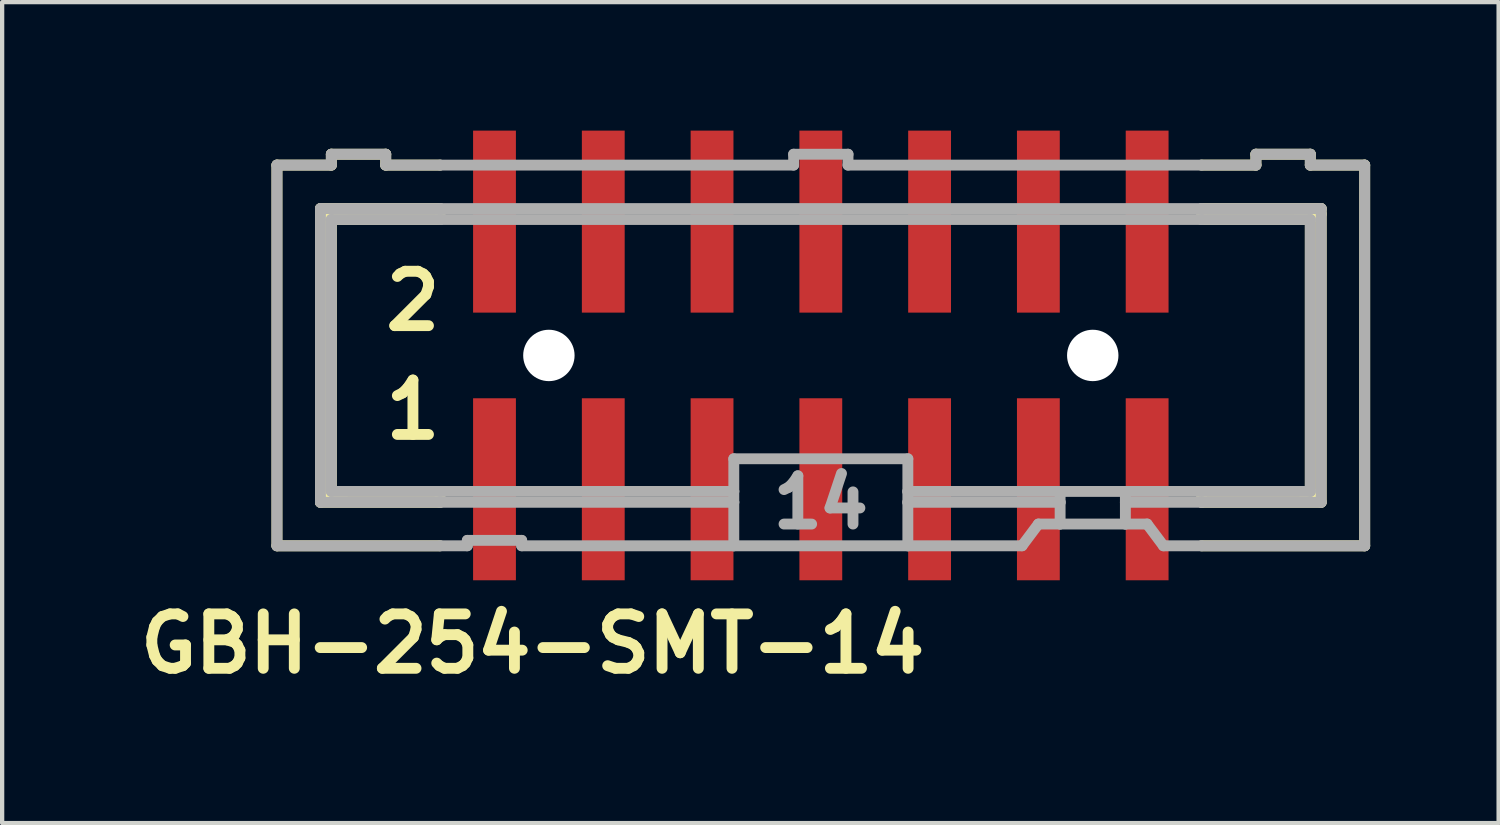
<source format=kicad_pcb>
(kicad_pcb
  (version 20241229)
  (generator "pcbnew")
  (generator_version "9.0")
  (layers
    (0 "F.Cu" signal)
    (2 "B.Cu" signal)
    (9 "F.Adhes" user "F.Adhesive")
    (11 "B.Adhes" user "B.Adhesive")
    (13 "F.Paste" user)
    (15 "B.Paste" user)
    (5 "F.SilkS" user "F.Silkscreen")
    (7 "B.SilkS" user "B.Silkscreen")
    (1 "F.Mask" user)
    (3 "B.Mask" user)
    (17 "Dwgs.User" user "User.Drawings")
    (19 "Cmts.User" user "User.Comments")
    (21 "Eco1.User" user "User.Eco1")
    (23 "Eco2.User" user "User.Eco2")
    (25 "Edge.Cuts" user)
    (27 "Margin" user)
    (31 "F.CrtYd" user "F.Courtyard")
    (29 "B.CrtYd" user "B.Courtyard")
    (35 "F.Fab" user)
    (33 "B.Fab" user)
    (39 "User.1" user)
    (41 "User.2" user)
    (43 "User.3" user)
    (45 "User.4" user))
  (footprint "GBH-254-SMT-14"
    (layer "F.Cu")
    (at 16.117 5.25)
    (property "Reference" "GBH-254-SMT-14" (at -6.731 6.731 0) (layer "F.SilkS") (effects (font (size 1.27 1.27) (thickness 0.254))))
    (attr smd)
    (fp_line (start -12.7 -4.445) (end -12.7 4.445) (stroke (width 0.254) (type solid)) (layer "F.SilkS"))
    (fp_line (start -12.7 -4.445) (end -11.43 -4.445) (stroke (width 0.254) (type solid)) (layer "F.SilkS"))
    (fp_line (start -11.684 -3.429) (end -11.684 3.429) (stroke (width 0.254) (type solid)) (layer "F.SilkS"))
    (fp_line (start -11.684 3.429) (end -8.89 3.429) (stroke (width 0.254) (type solid)) (layer "F.SilkS"))
    (fp_line (start -11.43 -4.699) (end -11.43 -4.445) (stroke (width 0.254) (type solid)) (layer "F.SilkS"))
    (fp_line (start -11.43 -3.175) (end -11.43 3.175) (stroke (width 0.254) (type solid)) (layer "F.SilkS"))
    (fp_line (start -11.43 -3.175) (end -8.89 -3.175) (stroke (width 0.254) (type solid)) (layer "F.SilkS"))
    (fp_line (start -11.176 -3.302) (end -11.557 -3.302) (stroke (width 0.254) (type solid)) (layer "F.SilkS"))
    (fp_line (start -11.176 3.302) (end -11.557 3.302) (stroke (width 0.254) (type solid)) (layer "F.SilkS"))
    (fp_line (start -10.16 -4.699) (end -11.43 -4.699) (stroke (width 0.254) (type solid)) (layer "F.SilkS"))
    (fp_line (start -10.16 -4.699) (end -10.16 -4.445) (stroke (width 0.254) (type solid)) (layer "F.SilkS"))
    (fp_line (start -10.16 -4.445) (end -8.89 -4.445) (stroke (width 0.254) (type solid)) (layer "F.SilkS"))
    (fp_line (start -8.89 -3.429) (end -11.684 -3.429) (stroke (width 0.254) (type solid)) (layer "F.SilkS"))
    (fp_line (start -8.89 -3.175) (end -8.89 -3.429) (stroke (width 0.254) (type solid)) (layer "F.SilkS"))
    (fp_line (start -8.89 3.175) (end -11.43 3.175) (stroke (width 0.254) (type solid)) (layer "F.SilkS"))
    (fp_line (start -8.89 3.429) (end -8.89 3.175) (stroke (width 0.254) (type solid)) (layer "F.SilkS"))
    (fp_line (start -8.89 4.445) (end -12.7 4.445) (stroke (width 0.254) (type solid)) (layer "F.SilkS"))
    (fp_line (start 8.89 -4.445) (end 10.16 -4.445) (stroke (width 0.254) (type solid)) (layer "F.SilkS"))
    (fp_line (start 8.89 -3.175) (end 8.89 -3.429) (stroke (width 0.254) (type solid)) (layer "F.SilkS"))
    (fp_line (start 8.89 -3.175) (end 11.43 -3.175) (stroke (width 0.254) (type solid)) (layer "F.SilkS"))
    (fp_line (start 8.89 3.429) (end 8.89 3.175) (stroke (width 0.254) (type solid)) (layer "F.SilkS"))
    (fp_line (start 8.89 3.429) (end 11.684 3.429) (stroke (width 0.254) (type solid)) (layer "F.SilkS"))
    (fp_line (start 10.16 -4.445) (end 10.16 -4.699) (stroke (width 0.254) (type solid)) (layer "F.SilkS"))
    (fp_line (start 11.176 -3.302) (end 11.684 -3.302) (stroke (width 0.254) (type solid)) (layer "F.SilkS"))
    (fp_line (start 11.303 3.302) (end 11.557 3.302) (stroke (width 0.254) (type solid)) (layer "F.SilkS"))
    (fp_line (start 11.43 -4.699) (end 10.16 -4.699) (stroke (width 0.254) (type solid)) (layer "F.SilkS"))
    (fp_line (start 11.43 -4.445) (end 11.43 -4.699) (stroke (width 0.254) (type solid)) (layer "F.SilkS"))
    (fp_line (start 11.43 -4.445) (end 12.7 -4.445) (stroke (width 0.254) (type solid)) (layer "F.SilkS"))
    (fp_line (start 11.43 3.175) (end 8.89 3.175) (stroke (width 0.254) (type solid)) (layer "F.SilkS"))
    (fp_line (start 11.43 3.175) (end 11.43 -3.175) (stroke (width 0.254) (type solid)) (layer "F.SilkS"))
    (fp_line (start 11.684 -3.429) (end 8.89 -3.429) (stroke (width 0.254) (type solid)) (layer "F.SilkS"))
    (fp_line (start 11.684 3.429) (end 11.684 -3.429) (stroke (width 0.254) (type solid)) (layer "F.SilkS"))
    (fp_line (start 12.7 4.445) (end 8.89 4.445) (stroke (width 0.254) (type solid)) (layer "F.SilkS"))
    (fp_line (start 12.7 4.445) (end 12.7 -4.445) (stroke (width 0.254) (type solid)) (layer "F.SilkS"))
    (fp_line (start -12.7 -4.445) (end -12.7 4.445) (stroke (width 0.254) (type solid)) (layer "F.Fab"))
    (fp_line (start -12.7 -4.445) (end -11.43 -4.445) (stroke (width 0.254) (type solid)) (layer "F.Fab"))
    (fp_line (start -11.684 -3.429) (end -11.684 3.429) (stroke (width 0.254) (type solid)) (layer "F.Fab"))
    (fp_line (start -11.684 3.429) (end -8.89 3.429) (stroke (width 0.254) (type solid)) (layer "F.Fab"))
    (fp_line (start -11.43 -4.699) (end -11.43 -4.445) (stroke (width 0.254) (type solid)) (layer "F.Fab"))
    (fp_line (start -11.43 -3.175) (end -11.43 3.175) (stroke (width 0.254) (type solid)) (layer "F.Fab"))
    (fp_line (start -11.43 -3.175) (end -8.89 -3.175) (stroke (width 0.254) (type solid)) (layer "F.Fab"))
    (fp_line (start -10.16 -4.699) (end -11.43 -4.699) (stroke (width 0.254) (type solid)) (layer "F.Fab"))
    (fp_line (start -10.16 -4.699) (end -10.16 -4.445) (stroke (width 0.254) (type solid)) (layer "F.Fab"))
    (fp_line (start -10.16 -4.445) (end -8.89 -4.445) (stroke (width 0.254) (type solid)) (layer "F.Fab"))
    (fp_line (start -8.89 -4.445) (end -0.635 -4.445) (stroke (width 0.254) (type solid)) (layer "F.Fab"))
    (fp_line (start -8.89 -3.429) (end -11.684 -3.429) (stroke (width 0.254) (type solid)) (layer "F.Fab"))
    (fp_line (start -8.89 -3.175) (end 8.89 -3.175) (stroke (width 0.254) (type solid)) (layer "F.Fab"))
    (fp_line (start -8.89 3.175) (end -11.43 3.175) (stroke (width 0.254) (type solid)) (layer "F.Fab"))
    (fp_line (start -8.89 3.429) (end -2.032 3.429) (stroke (width 0.254) (type solid)) (layer "F.Fab"))
    (fp_line (start -8.89 4.445) (end -12.7 4.445) (stroke (width 0.254) (type solid)) (layer "F.Fab"))
    (fp_line (start -8.255 4.445) (end -8.89 4.445) (stroke (width 0.254) (type solid)) (layer "F.Fab"))
    (fp_line (start -8.255 4.445) (end -8.255 4.318) (stroke (width 0.254) (type solid)) (layer "F.Fab"))
    (fp_line (start -6.985 4.318) (end -8.255 4.318) (stroke (width 0.254) (type solid)) (layer "F.Fab"))
    (fp_line (start -6.985 4.318) (end -6.985 4.445) (stroke (width 0.254) (type solid)) (layer "F.Fab"))
    (fp_line (start -2.032 3.175) (end -8.89 3.175) (stroke (width 0.254) (type solid)) (layer "F.Fab"))
    (fp_line (start -2.032 3.175) (end -2.032 2.413) (stroke (width 0.254) (type solid)) (layer "F.Fab"))
    (fp_line (start -2.032 3.175) (end -2.032 3.429) (stroke (width 0.254) (type solid)) (layer "F.Fab"))
    (fp_line (start -2.032 3.429) (end -2.032 4.445) (stroke (width 0.254) (type solid)) (layer "F.Fab"))
    (fp_line (start -2.032 4.445) (end -6.985 4.445) (stroke (width 0.254) (type solid)) (layer "F.Fab"))
    (fp_line (start -0.635 -4.699) (end -0.635 -4.445) (stroke (width 0.254) (type solid)) (layer "F.Fab"))
    (fp_line (start 0.635 -4.699) (end -0.635 -4.699) (stroke (width 0.254) (type solid)) (layer "F.Fab"))
    (fp_line (start 0.635 -4.699) (end 0.635 -4.445) (stroke (width 0.254) (type solid)) (layer "F.Fab"))
    (fp_line (start 0.635 -4.445) (end 8.89 -4.445) (stroke (width 0.254) (type solid)) (layer "F.Fab"))
    (fp_line (start 2.032 2.413) (end -2.032 2.413) (stroke (width 0.254) (type solid)) (layer "F.Fab"))
    (fp_line (start 2.032 2.413) (end 2.032 3.175) (stroke (width 0.254) (type solid)) (layer "F.Fab"))
    (fp_line (start 2.032 3.175) (end 2.032 3.429) (stroke (width 0.254) (type solid)) (layer "F.Fab"))
    (fp_line (start 2.032 3.429) (end 2.032 4.445) (stroke (width 0.254) (type solid)) (layer "F.Fab"))
    (fp_line (start 2.032 4.445) (end -2.032 4.445) (stroke (width 0.254) (type solid)) (layer "F.Fab"))
    (fp_line (start 4.699 4.445) (end 2.032 4.445) (stroke (width 0.254) (type solid)) (layer "F.Fab"))
    (fp_line (start 4.699 4.445) (end 5.08 3.937) (stroke (width 0.254) (type solid)) (layer "F.Fab"))
    (fp_line (start 5.588 3.175) (end 2.032 3.175) (stroke (width 0.254) (type solid)) (layer "F.Fab"))
    (fp_line (start 5.588 3.175) (end 5.588 3.429) (stroke (width 0.254) (type solid)) (layer "F.Fab"))
    (fp_line (start 5.588 3.429) (end 2.032 3.429) (stroke (width 0.254) (type solid)) (layer "F.Fab"))
    (fp_line (start 5.588 3.429) (end 5.588 3.937) (stroke (width 0.254) (type solid)) (layer "F.Fab"))
    (fp_line (start 5.588 3.937) (end 5.08 3.937) (stroke (width 0.254) (type solid)) (layer "F.Fab"))
    (fp_line (start 7.112 3.175) (end 5.588 3.175) (stroke (width 0.254) (type solid)) (layer "F.Fab"))
    (fp_line (start 7.112 3.175) (end 7.112 3.429) (stroke (width 0.254) (type solid)) (layer "F.Fab"))
    (fp_line (start 7.112 3.429) (end 7.112 3.937) (stroke (width 0.254) (type solid)) (layer "F.Fab"))
    (fp_line (start 7.112 3.429) (end 8.89 3.429) (stroke (width 0.254) (type solid)) (layer "F.Fab"))
    (fp_line (start 7.112 3.937) (end 5.588 3.937) (stroke (width 0.254) (type solid)) (layer "F.Fab"))
    (fp_line (start 7.62 3.937) (end 7.112 3.937) (stroke (width 0.254) (type solid)) (layer "F.Fab"))
    (fp_line (start 7.62 3.937) (end 8.001 4.445) (stroke (width 0.254) (type solid)) (layer "F.Fab"))
    (fp_line (start 8.89 -4.445) (end 10.16 -4.445) (stroke (width 0.254) (type solid)) (layer "F.Fab"))
    (fp_line (start 8.89 -3.429) (end -8.89 -3.429) (stroke (width 0.254) (type solid)) (layer "F.Fab"))
    (fp_line (start 8.89 -3.175) (end 11.43 -3.175) (stroke (width 0.254) (type solid)) (layer "F.Fab"))
    (fp_line (start 8.89 3.175) (end 7.112 3.175) (stroke (width 0.254) (type solid)) (layer "F.Fab"))
    (fp_line (start 8.89 3.429) (end 11.684 3.429) (stroke (width 0.254) (type solid)) (layer "F.Fab"))
    (fp_line (start 8.89 4.445) (end 8.001 4.445) (stroke (width 0.254) (type solid)) (layer "F.Fab"))
    (fp_line (start 10.16 -4.445) (end 10.16 -4.699) (stroke (width 0.254) (type solid)) (layer "F.Fab"))
    (fp_line (start 11.43 -4.699) (end 10.16 -4.699) (stroke (width 0.254) (type solid)) (layer "F.Fab"))
    (fp_line (start 11.43 -4.445) (end 11.43 -4.699) (stroke (width 0.254) (type solid)) (layer "F.Fab"))
    (fp_line (start 11.43 -4.445) (end 12.7 -4.445) (stroke (width 0.254) (type solid)) (layer "F.Fab"))
    (fp_line (start 11.43 3.175) (end 8.89 3.175) (stroke (width 0.254) (type solid)) (layer "F.Fab"))
    (fp_line (start 11.43 3.175) (end 11.43 -3.175) (stroke (width 0.254) (type solid)) (layer "F.Fab"))
    (fp_line (start 11.684 -3.429) (end 8.89 -3.429) (stroke (width 0.254) (type solid)) (layer "F.Fab"))
    (fp_line (start 11.684 3.429) (end 11.684 -3.429) (stroke (width 0.254) (type solid)) (layer "F.Fab"))
    (fp_line (start 12.7 4.445) (end 8.89 4.445) (stroke (width 0.254) (type solid)) (layer "F.Fab"))
    (fp_line (start 12.7 4.445) (end 12.7 -4.445) (stroke (width 0.254) (type solid)) (layer "F.Fab"))
    (fp_text user "1" (at -9.525 1.27 0) (layer "F.SilkS") (effects (font (size 1.27 1.27) (thickness 0.254))))
    (fp_text user "2" (at -9.525 -1.27 0) (layer "F.SilkS") (effects (font (size 1.27 1.27) (thickness 0.254))))
    (fp_text user "14" (at 0 3.429 0) (layer "F.Fab") (effects (font (size 1.127 1.127) (thickness 0.254))))
    (pad "" smd trapezoid (at -7.62 -3.125) (size 1.7 4.25) (layers "F.Paste"))
    (pad "" smd trapezoid (at -7.62 3.125) (size 1.7 4.25) (layers "F.Paste"))
    (pad "" np_thru_hole circle (at -6.35 0) (size 1.2 1.2) (drill 1.2) (layers "*.Cu" "*.Mask"))
    (pad "" smd trapezoid (at -5.08 -3.125) (size 1.7 4.25) (layers "F.Paste"))
    (pad "" smd trapezoid (at -5.08 3.125) (size 1.7 4.25) (layers "F.Paste"))
    (pad "" smd trapezoid (at -2.54 -3.125) (size 1.7 4.25) (layers "F.Paste"))
    (pad "" smd trapezoid (at -2.54 3.125) (size 1.7 4.25) (layers "F.Paste"))
    (pad "" smd trapezoid (at 0 -3.125) (size 1.7 4.25) (layers "F.Paste"))
    (pad "" smd trapezoid (at 0 3.125) (size 1.7 4.25) (layers "F.Paste"))
    (pad "" smd trapezoid (at 2.54 -3.125) (size 1.7 4.25) (layers "F.Paste"))
    (pad "" smd trapezoid (at 2.54 3.125) (size 1.7 4.25) (layers "F.Paste"))
    (pad "" smd trapezoid (at 5.08 -3.125) (size 1.7 4.25) (layers "F.Paste"))
    (pad "" smd trapezoid (at 5.08 3.125) (size 1.7 4.25) (layers "F.Paste"))
    (pad "" np_thru_hole circle (at 6.35 0) (size 1.2 1.2) (drill 1.2) (layers "*.Cu" "*.Mask"))
    (pad "" smd trapezoid (at 7.62 -3.125) (size 1.7 4.25) (layers "F.Paste"))
    (pad "" smd trapezoid (at 7.62 3.125) (size 1.7 4.25) (layers "F.Paste"))
    (pad "1" smd rect (at -7.62 3.125 90) (size 4.25 1) (layers "F.Cu" "F.Mask"))
    (pad "2" smd rect (at -7.62 -3.125 90) (size 4.25 1) (layers "F.Cu" "F.Mask"))
    (pad "3" smd rect (at -5.08 3.125 90) (size 4.25 1) (layers "F.Cu" "F.Mask"))
    (pad "4" smd rect (at -5.08 -3.125 90) (size 4.25 1) (layers "F.Cu" "F.Mask"))
    (pad "5" smd rect (at -2.54 3.125 90) (size 4.25 1) (layers "F.Cu" "F.Mask"))
    (pad "6" smd rect (at -2.54 -3.125 90) (size 4.25 1) (layers "F.Cu" "F.Mask"))
    (pad "7" smd rect (at 0 3.125 90) (size 4.25 1) (layers "F.Cu" "F.Mask"))
    (pad "8" smd rect (at 0 -3.125 90) (size 4.25 1) (layers "F.Cu" "F.Mask"))
    (pad "9" smd rect (at 2.54 3.125 90) (size 4.25 1) (layers "F.Cu" "F.Mask"))
    (pad "10" smd rect (at 2.54 -3.125 90) (size 4.25 1) (layers "F.Cu" "F.Mask"))
    (pad "11" smd rect (at 5.08 3.125 90) (size 4.25 1) (layers "F.Cu" "F.Mask"))
    (pad "12" smd rect (at 5.08 -3.125 90) (size 4.25 1) (layers "F.Cu" "F.Mask"))
    (pad "13" smd rect (at 7.62 3.125 90) (size 4.25 1) (layers "F.Cu" "F.Mask"))
    (pad "14" smd rect (at 7.62 -3.125 90) (size 4.25 1) (layers "F.Cu" "F.Mask")))
  (gr_rect
    (start -3 -3)
    (end 31.944 16.17)
    (stroke (width 0.1) (type default))
    (fill no)
    (layer "Edge.Cuts")))
</source>
